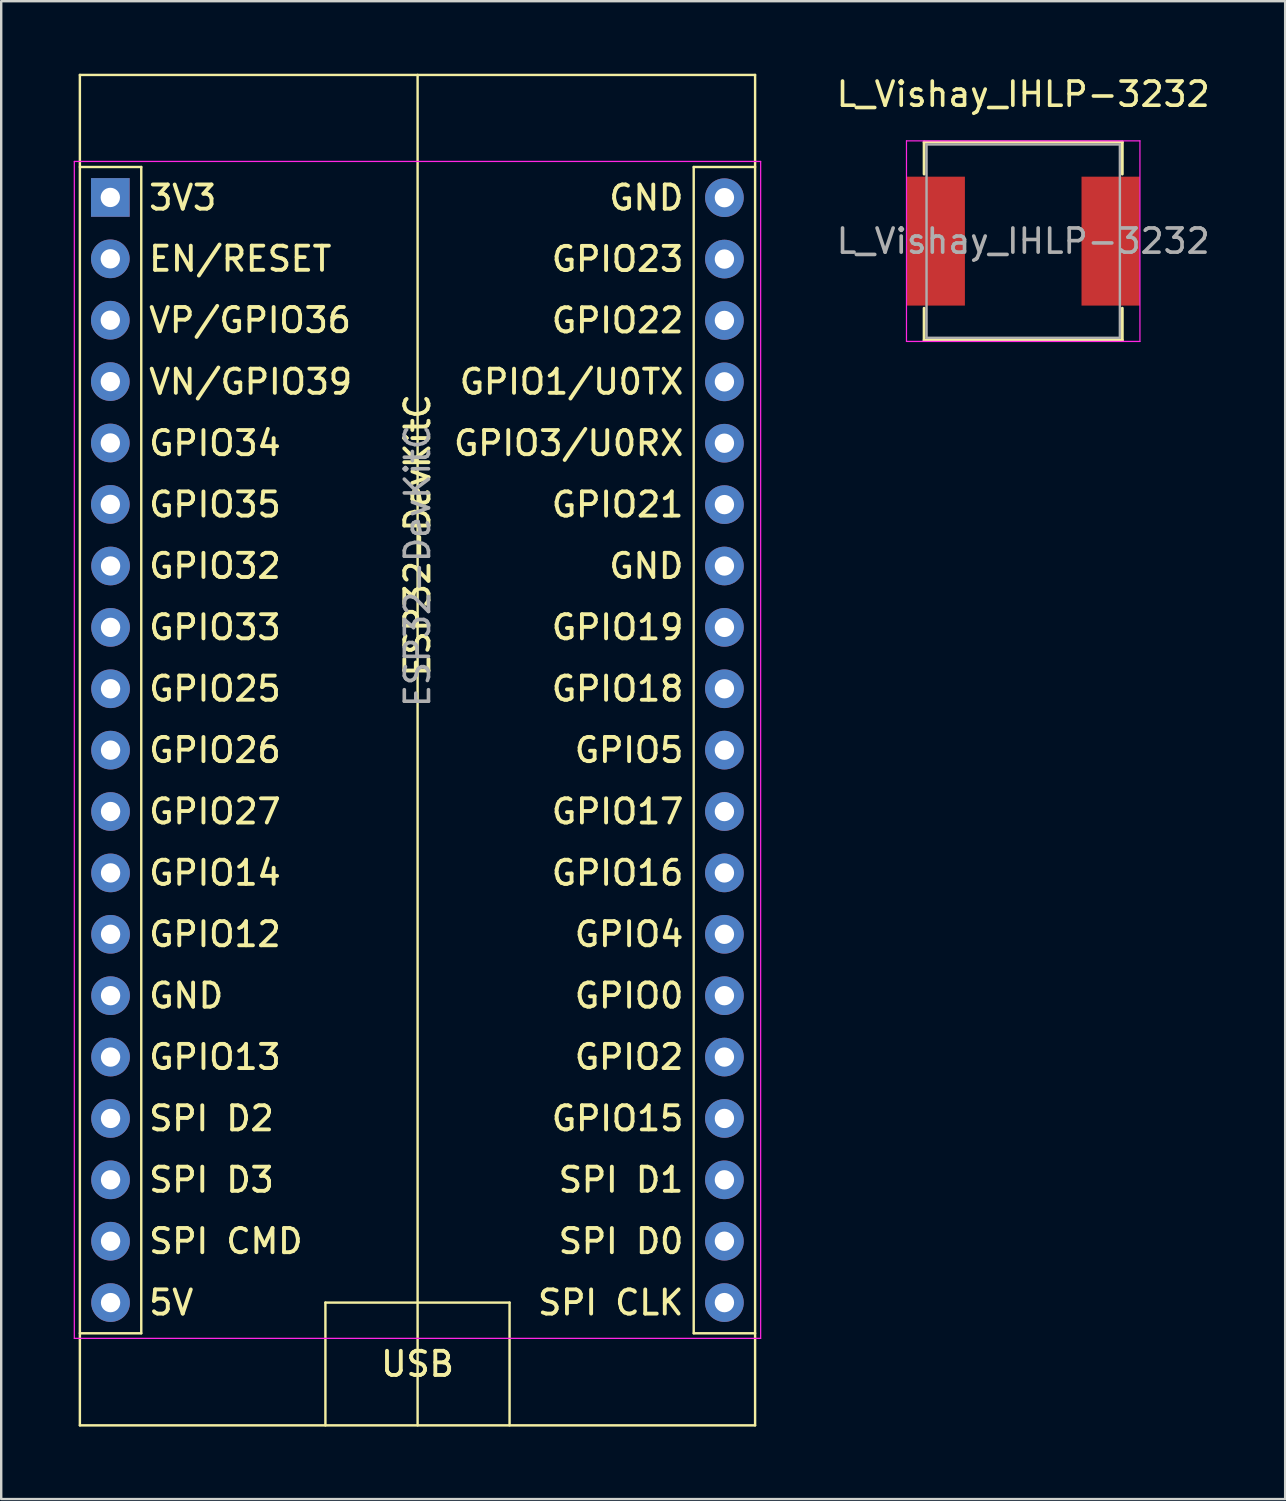
<source format=kicad_pcb>
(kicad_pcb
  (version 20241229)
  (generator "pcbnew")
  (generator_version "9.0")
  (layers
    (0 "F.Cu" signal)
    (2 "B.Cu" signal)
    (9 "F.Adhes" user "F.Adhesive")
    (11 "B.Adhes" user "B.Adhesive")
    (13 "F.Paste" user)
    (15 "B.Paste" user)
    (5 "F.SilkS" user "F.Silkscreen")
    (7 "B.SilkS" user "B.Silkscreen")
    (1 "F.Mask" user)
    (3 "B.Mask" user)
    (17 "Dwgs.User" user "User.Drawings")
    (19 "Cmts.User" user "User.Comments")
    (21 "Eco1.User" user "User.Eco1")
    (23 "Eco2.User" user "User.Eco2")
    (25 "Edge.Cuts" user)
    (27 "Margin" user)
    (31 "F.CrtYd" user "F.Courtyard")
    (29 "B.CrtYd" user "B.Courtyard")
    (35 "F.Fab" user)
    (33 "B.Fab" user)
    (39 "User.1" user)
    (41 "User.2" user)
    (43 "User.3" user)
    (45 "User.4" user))
  (footprint "L_Vishay_IHLP-3232"
    (layer "F.Cu")
    (at 39.289 6.928)
    (property "Reference" "L_Vishay_IHLP-3232" (at 0 -6.08 0) (layer "F.SilkS") (effects (font (size 1 1) (thickness 0.15))))
    (attr smd)
    (fp_line (start -4.1 -4.1) (end 4.1 -4.1) (stroke (width 0.12) (type solid)) (layer "F.SilkS"))
    (fp_line (start -4.1 -2.775) (end -4.1 -4.1) (stroke (width 0.12) (type solid)) (layer "F.SilkS"))
    (fp_line (start -4.1 2.775) (end -4.1 4.1) (stroke (width 0.12) (type solid)) (layer "F.SilkS"))
    (fp_line (start -4.1 4.1) (end 4.1 4.1) (stroke (width 0.12) (type solid)) (layer "F.SilkS"))
    (fp_line (start 4.1 -4.1) (end 4.1 -2.775) (stroke (width 0.12) (type solid)) (layer "F.SilkS"))
    (fp_line (start 4.1 4.1) (end 4.1 2.775) (stroke (width 0.12) (type solid)) (layer "F.SilkS"))
    (fp_line (start -4.83 -4.15) (end -4.83 4.15) (stroke (width 0.05) (type solid)) (layer "F.CrtYd"))
    (fp_line (start -4.83 4.15) (end 4.83 4.15) (stroke (width 0.05) (type solid)) (layer "F.CrtYd"))
    (fp_line (start 4.83 -4.15) (end -4.83 -4.15) (stroke (width 0.05) (type solid)) (layer "F.CrtYd"))
    (fp_line (start 4.83 4.15) (end 4.83 -4.15) (stroke (width 0.05) (type solid)) (layer "F.CrtYd"))
    (fp_line (start -4 -4) (end -4 4) (stroke (width 0.1) (type solid)) (layer "F.Fab"))
    (fp_line (start -4 4) (end 4 4) (stroke (width 0.1) (type solid)) (layer "F.Fab"))
    (fp_line (start 4 -4) (end -4 -4) (stroke (width 0.1) (type solid)) (layer "F.Fab"))
    (fp_line (start 4 4) (end 4 -4) (stroke (width 0.1) (type solid)) (layer "F.Fab"))
    (fp_text user "${REFERENCE}" (at 0 0 0) (layer "F.Fab") (effects (font (size 1 1) (thickness 0.15))))
    (pad "1" smd rect (at -3.619 0) (size 2.413 5.334) (layers "F.Cu" "F.Mask" "F.Paste"))
    (pad "2" smd rect (at 3.619 0) (size 2.413 5.334) (layers "F.Cu" "F.Mask" "F.Paste")))
  (footprint "ESP32-DevKitC"
    (layer "F.Cu")
    (at 1.525 5.13)
    (property "Reference" "ESP32-DevKitC" (at 12.7 13.97 90) (layer "F.SilkS") (effects (font (size 1 1) (thickness 0.16))))
    (attr through_hole)
    (fp_line (start -1.27 -5.08) (end 26.67 -5.08) (stroke (width 0.1) (type default)) (layer "F.SilkS"))
    (fp_line (start -1.27 -1.27) (end 1.27 -1.27) (stroke (width 0.1) (type default)) (layer "F.SilkS"))
    (fp_line (start -1.27 46.99) (end 1.27 46.99) (stroke (width 0.1) (type default)) (layer "F.SilkS"))
    (fp_line (start -1.27 50.8) (end -1.27 -5.08) (stroke (width 0.1) (type default)) (layer "F.SilkS"))
    (fp_line (start 1.27 -1.27) (end 1.27 46.99) (stroke (width 0.1) (type default)) (layer "F.SilkS"))
    (fp_line (start 8.89 45.72) (end 8.89 50.8) (stroke (width 0.1) (type default)) (layer "F.SilkS"))
    (fp_line (start 8.89 45.72) (end 16.51 45.72) (stroke (width 0.1) (type default)) (layer "F.SilkS"))
    (fp_line (start 12.705 -5.08) (end 12.705 50.8) (stroke (width 0.1) (type default)) (layer "F.SilkS"))
    (fp_line (start 16.51 45.72) (end 16.51 50.8) (stroke (width 0.1) (type default)) (layer "F.SilkS"))
    (fp_line (start 24.13 -1.27) (end 26.67 -1.27) (stroke (width 0.1) (type default)) (layer "F.SilkS"))
    (fp_line (start 24.13 46.99) (end 24.13 -1.27) (stroke (width 0.1) (type default)) (layer "F.SilkS"))
    (fp_line (start 24.13 46.99) (end 26.67 46.99) (stroke (width 0.1) (type default)) (layer "F.SilkS"))
    (fp_line (start 26.67 -5.08) (end 26.67 50.8) (stroke (width 0.1) (type default)) (layer "F.SilkS"))
    (fp_line (start 26.67 50.8) (end -1.27 50.8) (stroke (width 0.1) (type default)) (layer "F.SilkS"))
    (fp_line (start -1.5 -1.5) (end -1.5 47.2) (stroke (width 0.05) (type solid)) (layer "F.CrtYd"))
    (fp_line (start -1.5 47.2) (end 26.9 47.2) (stroke (width 0.05) (type solid)) (layer "F.CrtYd"))
    (fp_line (start 26.9 -1.5) (end -1.5 -1.5) (stroke (width 0.05) (type solid)) (layer "F.CrtYd"))
    (fp_line (start 26.9 47.2) (end 26.9 -1.5) (stroke (width 0.05) (type solid)) (layer "F.CrtYd"))
    (fp_text user "USB" (at 12.7 48.26 0) (unlocked yes) (layer "F.SilkS") (effects (font (size 1 1) (thickness 0.16))))
    (fp_text user "5V" (at 1.5 45.72 0) (unlocked yes) (layer "F.SilkS") (effects (font (size 1 1) (thickness 0.16)) (justify left)))
    (fp_text user "GND" (at 23.8 0 0) (unlocked yes) (layer "F.SilkS") (effects (font (size 1 1) (thickness 0.16)) (justify right)))
    (fp_text user "GND" (at 23.8 15.24 0) (unlocked yes) (layer "F.SilkS") (effects (font (size 1 1) (thickness 0.16)) (justify right)))
    (fp_text user "SPI CLK" (at 23.8 45.72 0) (unlocked yes) (layer "F.SilkS") (effects (font (size 1 1) (thickness 0.16)) (justify right)))
    (fp_text user "3V3" (at 1.5 0 0) (unlocked yes) (layer "F.SilkS") (effects (font (size 1 1) (thickness 0.16)) (justify left)))
    (fp_text user "SPI D3" (at 1.5 40.64 0) (unlocked yes) (layer "F.SilkS") (effects (font (size 1 1) (thickness 0.16)) (justify left)))
    (fp_text user "GPIO13" (at 1.5 35.56 0) (unlocked yes) (layer "F.SilkS") (effects (font (size 1 1) (thickness 0.16)) (justify left)))
    (fp_text user "GPIO17" (at 23.8 25.4 0) (unlocked yes) (layer "F.SilkS") (effects (font (size 1 1) (thickness 0.16)) (justify right)))
    (fp_text user "GPIO27" (at 1.5 25.4 0) (unlocked yes) (layer "F.SilkS") (effects (font (size 1 1) (thickness 0.16)) (justify left)))
    (fp_text user "GPIO1/U0TX" (at 23.8 7.62 0) (unlocked yes) (layer "F.SilkS") (effects (font (size 1 1) (thickness 0.16)) (justify right)))
    (fp_text user "GPIO35" (at 1.5 12.7 0) (unlocked yes) (layer "F.SilkS") (effects (font (size 1 1) (thickness 0.16)) (justify left)))
    (fp_text user "GPIO12" (at 1.5 30.48 0) (unlocked yes) (layer "F.SilkS") (effects (font (size 1 1) (thickness 0.16)) (justify left)))
    (fp_text user "GPIO34" (at 1.5 10.16 0) (unlocked yes) (layer "F.SilkS") (effects (font (size 1 1) (thickness 0.16)) (justify left)))
    (fp_text user "GPIO5" (at 23.8 22.86 0) (unlocked yes) (layer "F.SilkS") (effects (font (size 1 1) (thickness 0.16)) (justify right)))
    (fp_text user "GPIO2" (at 23.8 35.56 0) (unlocked yes) (layer "F.SilkS") (effects (font (size 1 1) (thickness 0.16)) (justify right)))
    (fp_text user "GPIO25" (at 1.5 20.32 0) (unlocked yes) (layer "F.SilkS") (effects (font (size 1 1) (thickness 0.16)) (justify left)))
    (fp_text user "GPIO0" (at 23.8 33.02 0) (unlocked yes) (layer "F.SilkS") (effects (font (size 1 1) (thickness 0.16)) (justify right)))
    (fp_text user "GPIO4" (at 23.8 30.48 0) (unlocked yes) (layer "F.SilkS") (effects (font (size 1 1) (thickness 0.16)) (justify right)))
    (fp_text user "GPIO14" (at 1.5 27.94 0) (unlocked yes) (layer "F.SilkS") (effects (font (size 1 1) (thickness 0.16)) (justify left)))
    (fp_text user "GPIO15" (at 23.8 38.1 0) (unlocked yes) (layer "F.SilkS") (effects (font (size 1 1) (thickness 0.16)) (justify right)))
    (fp_text user "GPIO18" (at 23.8 20.32 0) (unlocked yes) (layer "F.SilkS") (effects (font (size 1 1) (thickness 0.16)) (justify right)))
    (fp_text user "SPI D2" (at 1.5 38.1 0) (unlocked yes) (layer "F.SilkS") (effects (font (size 1 1) (thickness 0.16)) (justify left)))
    (fp_text user "GPIO32" (at 1.5 15.24 0) (unlocked yes) (layer "F.SilkS") (effects (font (size 1 1) (thickness 0.16)) (justify left)))
    (fp_text user "GPIO16" (at 23.8 27.94 0) (unlocked yes) (layer "F.SilkS") (effects (font (size 1 1) (thickness 0.16)) (justify right)))
    (fp_text user "EN/RESET" (at 1.5 2.53 0) (unlocked yes) (layer "F.SilkS") (effects (font (size 1 1) (thickness 0.16)) (justify left)))
    (fp_text user "GPIO21" (at 23.8 12.7 0) (unlocked yes) (layer "F.SilkS") (effects (font (size 1 1) (thickness 0.16)) (justify right)))
    (fp_text user "GPIO26" (at 1.5 22.86 0) (unlocked yes) (layer "F.SilkS") (effects (font (size 1 1) (thickness 0.16)) (justify left)))
    (fp_text user "SPI D0" (at 23.8 43.18 0) (unlocked yes) (layer "F.SilkS") (effects (font (size 1 1) (thickness 0.16)) (justify right)))
    (fp_text user "GPIO33" (at 1.5 17.78 0) (unlocked yes) (layer "F.SilkS") (effects (font (size 1 1) (thickness 0.16)) (justify left)))
    (fp_text user "GPIO3/U0RX" (at 23.8 10.16 0) (unlocked yes) (layer "F.SilkS") (effects (font (size 1 1) (thickness 0.16)) (justify right)))
    (fp_text user "SPI D1" (at 23.8 40.64 0) (unlocked yes) (layer "F.SilkS") (effects (font (size 1 1) (thickness 0.16)) (justify right)))
    (fp_text user "GND" (at 1.5 33.02 0) (unlocked yes) (layer "F.SilkS") (effects (font (size 1 1) (thickness 0.16)) (justify left)))
    (fp_text user "SPI CMD" (at 1.5 43.18 0) (unlocked yes) (layer "F.SilkS") (effects (font (size 1 1) (thickness 0.16)) (justify left)))
    (fp_text user "GPIO19" (at 23.8 17.78 0) (unlocked yes) (layer "F.SilkS") (effects (font (size 1 1) (thickness 0.16)) (justify right)))
    (fp_text user "VP/GPIO36" (at 1.5 5.07 0) (unlocked yes) (layer "F.SilkS") (effects (font (size 1 1) (thickness 0.16)) (justify left)))
    (fp_text user "VN/GPIO39" (at 1.5 7.62 0) (unlocked yes) (layer "F.SilkS") (effects (font (size 1 1) (thickness 0.16)) (justify left)))
    (fp_text user "GPIO23" (at 23.8 2.54 0) (unlocked yes) (layer "F.SilkS") (effects (font (size 1 1) (thickness 0.16)) (justify right)))
    (fp_text user "GPIO22" (at 23.8 5.08 0) (unlocked yes) (layer "F.SilkS") (effects (font (size 1 1) (thickness 0.16)) (justify right)))
    (fp_text user "${REFERENCE}" (at 12.7 15.24 90) (layer "F.Fab") (effects (font (size 1 1) (thickness 0.15))))
    (pad "1" thru_hole rect (at -0.01 -0.01) (size 1.6 1.6) (drill 0.8) (layers "*.Cu" "*.Mask"))
    (pad "2" thru_hole oval (at -0.01 2.53) (size 1.6 1.6) (drill 0.8) (layers "*.Cu" "*.Mask"))
    (pad "3" thru_hole oval (at -0.01 5.07) (size 1.6 1.6) (drill 0.8) (layers "*.Cu" "*.Mask"))
    (pad "4" thru_hole oval (at -0.01 7.61) (size 1.6 1.6) (drill 0.8) (layers "*.Cu" "*.Mask"))
    (pad "5" thru_hole oval (at -0.01 10.15) (size 1.6 1.6) (drill 0.8) (layers "*.Cu" "*.Mask"))
    (pad "6" thru_hole oval (at -0.01 12.69) (size 1.6 1.6) (drill 0.8) (layers "*.Cu" "*.Mask"))
    (pad "7" thru_hole oval (at 0 15.24) (size 1.6 1.6) (drill 0.8) (layers "*.Cu" "*.Mask"))
    (pad "8" thru_hole oval (at 0 17.78) (size 1.6 1.6) (drill 0.8) (layers "*.Cu" "*.Mask"))
    (pad "9" thru_hole oval (at 0 20.32) (size 1.6 1.6) (drill 0.8) (layers "*.Cu" "*.Mask"))
    (pad "10" thru_hole oval (at 0 22.86) (size 1.6 1.6) (drill 0.8) (layers "*.Cu" "*.Mask"))
    (pad "11" thru_hole oval (at 0 25.4) (size 1.6 1.6) (drill 0.8) (layers "*.Cu" "*.Mask"))
    (pad "12" thru_hole oval (at 0 27.94) (size 1.6 1.6) (drill 0.8) (layers "*.Cu" "*.Mask"))
    (pad "13" thru_hole oval (at 0 30.48) (size 1.6 1.6) (drill 0.8) (layers "*.Cu" "*.Mask"))
    (pad "14" thru_hole oval (at 0 33.02) (size 1.6 1.6) (drill 0.8) (layers "*.Cu" "*.Mask"))
    (pad "15" thru_hole oval (at 0 35.56) (size 1.6 1.6) (drill 0.8) (layers "*.Cu" "*.Mask"))
    (pad "16" thru_hole oval (at 0 38.1) (size 1.6 1.6) (drill 0.8) (layers "*.Cu" "*.Mask"))
    (pad "17" thru_hole oval (at 0 40.64) (size 1.6 1.6) (drill 0.8) (layers "*.Cu" "*.Mask"))
    (pad "18" thru_hole oval (at 0 43.18) (size 1.6 1.6) (drill 0.8) (layers "*.Cu" "*.Mask"))
    (pad "19" thru_hole oval (at 0 45.72) (size 1.6 1.6) (drill 0.8) (layers "*.Cu" "*.Mask"))
    (pad "20" thru_hole oval (at 25.4 45.72) (size 1.6 1.6) (drill 0.8) (layers "*.Cu" "*.Mask"))
    (pad "21" thru_hole oval (at 25.4 43.18) (size 1.6 1.6) (drill 0.8) (layers "*.Cu" "*.Mask"))
    (pad "22" thru_hole oval (at 25.4 40.64) (size 1.6 1.6) (drill 0.8) (layers "*.Cu" "*.Mask"))
    (pad "23" thru_hole oval (at 25.4 38.1) (size 1.6 1.6) (drill 0.8) (layers "*.Cu" "*.Mask"))
    (pad "24" thru_hole oval (at 25.4 35.56) (size 1.6 1.6) (drill 0.8) (layers "*.Cu" "*.Mask"))
    (pad "25" thru_hole oval (at 25.4 33.02) (size 1.6 1.6) (drill 0.8) (layers "*.Cu" "*.Mask"))
    (pad "26" thru_hole oval (at 25.4 30.48) (size 1.6 1.6) (drill 0.8) (layers "*.Cu" "*.Mask"))
    (pad "27" thru_hole oval (at 25.4 27.94) (size 1.6 1.6) (drill 0.8) (layers "*.Cu" "*.Mask"))
    (pad "28" thru_hole oval (at 25.4 25.4) (size 1.6 1.6) (drill 0.8) (layers "*.Cu" "*.Mask"))
    (pad "29" thru_hole oval (at 25.4 22.86) (size 1.6 1.6) (drill 0.8) (layers "*.Cu" "*.Mask"))
    (pad "30" thru_hole oval (at 25.4 20.32) (size 1.6 1.6) (drill 0.8) (layers "*.Cu" "*.Mask"))
    (pad "31" thru_hole oval (at 25.4 17.78) (size 1.6 1.6) (drill 0.8) (layers "*.Cu" "*.Mask"))
    (pad "32" thru_hole oval (at 25.4 15.24) (size 1.6 1.6) (drill 0.8) (layers "*.Cu" "*.Mask"))
    (pad "33" thru_hole oval (at 25.4 12.7) (size 1.6 1.6) (drill 0.8) (layers "*.Cu" "*.Mask"))
    (pad "34" thru_hole oval (at 25.4 10.16) (size 1.6 1.6) (drill 0.8) (layers "*.Cu" "*.Mask"))
    (pad "35" thru_hole oval (at 25.4 7.62) (size 1.6 1.6) (drill 0.8) (layers "*.Cu" "*.Mask"))
    (pad "36" thru_hole oval (at 25.4 5.08) (size 1.6 1.6) (drill 0.8) (layers "*.Cu" "*.Mask"))
    (pad "37" thru_hole oval (at 25.4 2.54) (size 1.6 1.6) (drill 0.8) (layers "*.Cu" "*.Mask"))
    (pad "38" thru_hole oval (at 25.4 0) (size 1.6 1.6) (drill 0.8) (layers "*.Cu" "*.Mask")))
  (gr_rect
    (start -3 -3)
    (end 50.129 58.98)
    (stroke (width 0.1) (type default))
    (fill no)
    (layer "Edge.Cuts")))
</source>
